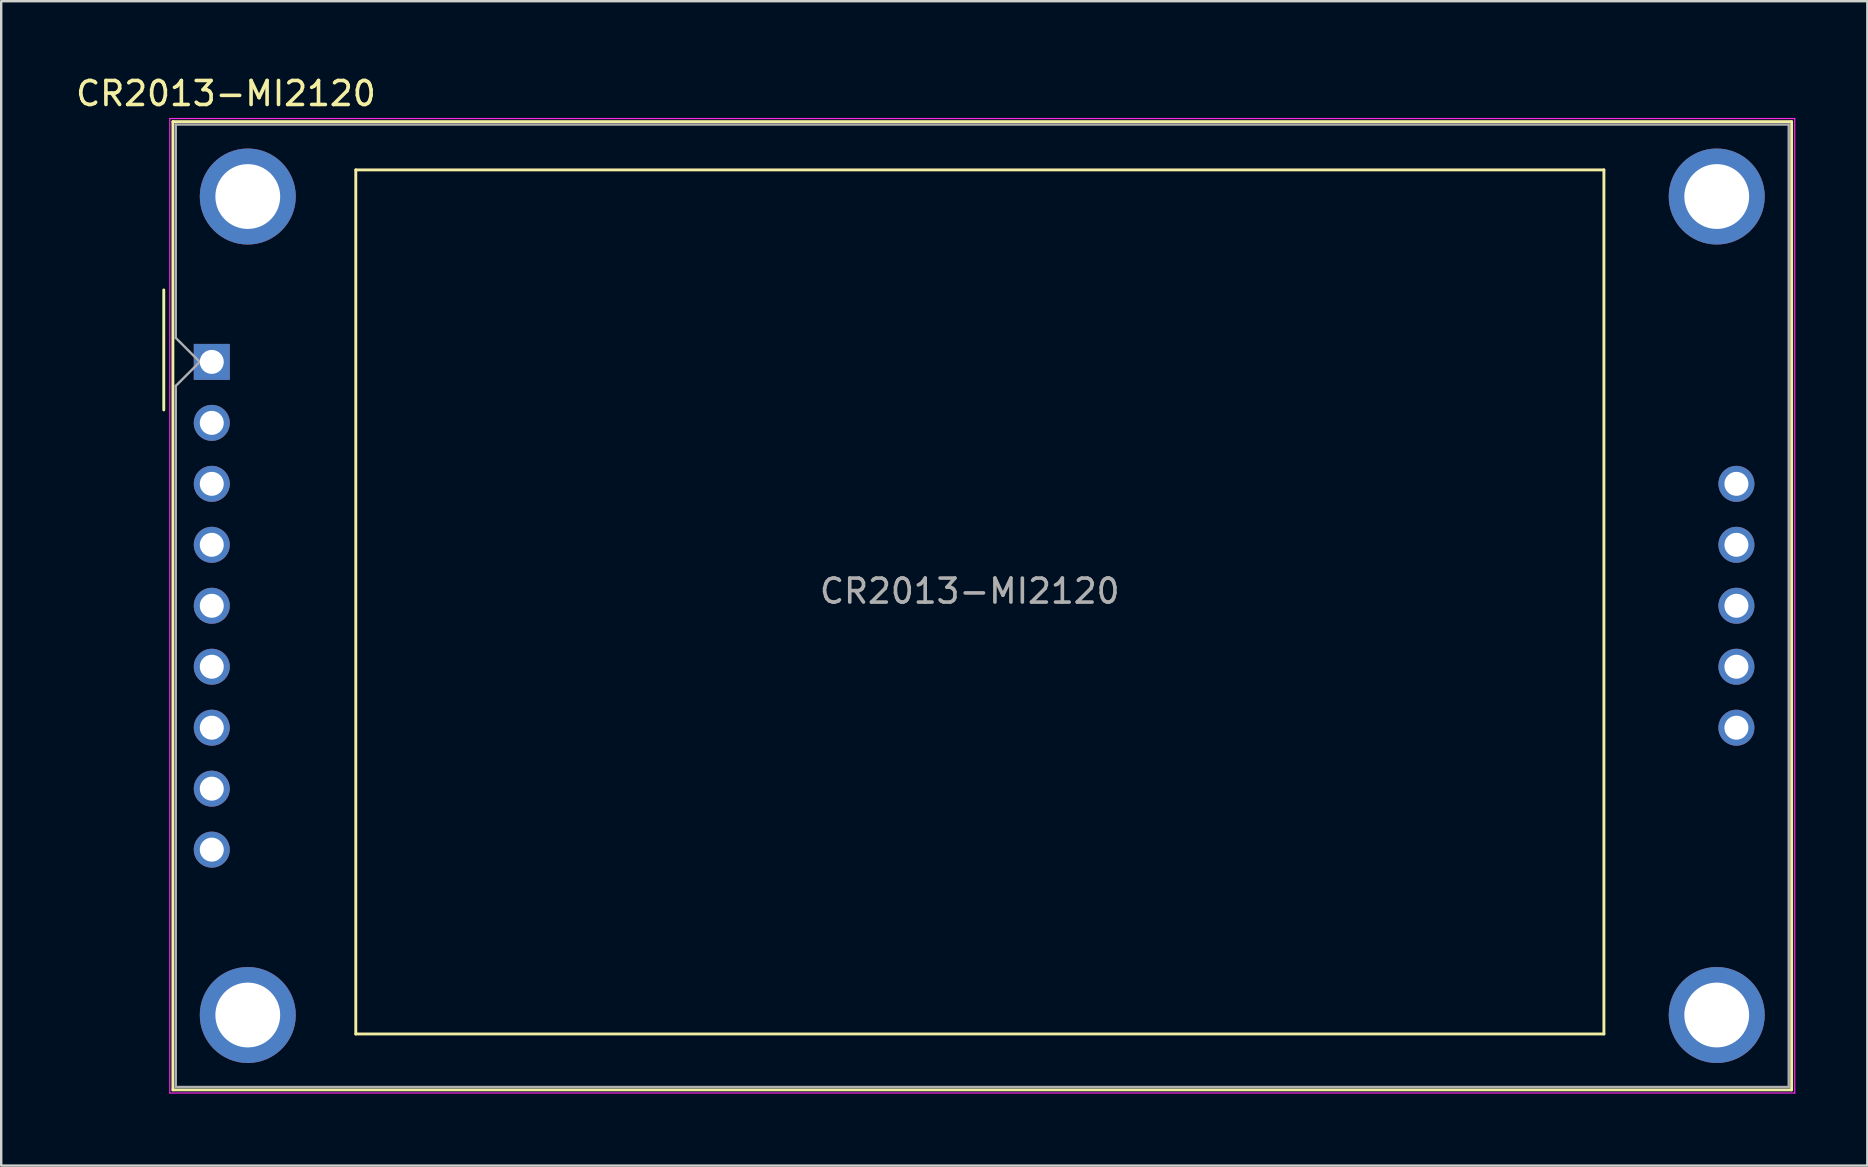
<source format=kicad_pcb>
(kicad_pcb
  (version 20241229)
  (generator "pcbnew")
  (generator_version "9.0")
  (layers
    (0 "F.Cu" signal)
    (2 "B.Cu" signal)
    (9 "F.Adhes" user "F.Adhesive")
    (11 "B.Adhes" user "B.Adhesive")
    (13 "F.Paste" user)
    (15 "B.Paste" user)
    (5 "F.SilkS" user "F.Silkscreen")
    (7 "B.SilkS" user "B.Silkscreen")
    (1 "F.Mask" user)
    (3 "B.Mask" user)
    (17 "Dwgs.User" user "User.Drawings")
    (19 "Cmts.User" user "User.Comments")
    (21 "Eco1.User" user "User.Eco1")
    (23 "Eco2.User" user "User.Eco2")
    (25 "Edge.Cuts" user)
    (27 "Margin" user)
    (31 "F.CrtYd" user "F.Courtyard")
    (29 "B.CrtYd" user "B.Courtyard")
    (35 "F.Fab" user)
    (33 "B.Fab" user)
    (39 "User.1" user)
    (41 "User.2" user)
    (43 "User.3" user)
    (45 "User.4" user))
  (footprint "CR2013-MI2120"
    (layer "F.Cu")
    (at 5.773 12.028)
    (property "Reference" "CR2013-MI2120" (at 0.59 -11.18 0) (layer "F.SilkS") (effects (font (size 1 1) (thickness 0.15))))
    (attr through_hole)
    (fp_line (start -2 -3) (end -2 2) (stroke (width 0.12) (type solid)) (layer "F.SilkS"))
    (fp_line (start -1.62 -10.01) (end 65.82 -10.01) (stroke (width 0.12) (type solid)) (layer "F.SilkS"))
    (fp_line (start -1.62 30.33) (end -1.62 -10.01) (stroke (width 0.12) (type solid)) (layer "F.SilkS"))
    (fp_line (start 6 -8) (end 58 -8) (stroke (width 0.12) (type solid)) (layer "F.SilkS"))
    (fp_line (start 6 28) (end 6 -8) (stroke (width 0.12) (type solid)) (layer "F.SilkS"))
    (fp_line (start 58 -8) (end 58 28) (stroke (width 0.12) (type solid)) (layer "F.SilkS"))
    (fp_line (start 58 28) (end 6 28) (stroke (width 0.12) (type solid)) (layer "F.SilkS"))
    (fp_line (start 65.82 -10.01) (end 65.82 30.33) (stroke (width 0.12) (type solid)) (layer "F.SilkS"))
    (fp_line (start 65.82 30.33) (end -1.62 30.33) (stroke (width 0.12) (type solid)) (layer "F.SilkS"))
    (fp_line (start -1.75 -10.14) (end 65.95 -10.14) (stroke (width 0.05) (type solid)) (layer "F.CrtYd"))
    (fp_line (start -1.75 30.46) (end -1.75 -10.14) (stroke (width 0.05) (type solid)) (layer "F.CrtYd"))
    (fp_line (start 65.95 -10.14) (end 65.95 30.46) (stroke (width 0.05) (type solid)) (layer "F.CrtYd"))
    (fp_line (start 65.95 30.46) (end -1.75 30.46) (stroke (width 0.05) (type solid)) (layer "F.CrtYd"))
    (fp_line (start -1.5 -9.89) (end 65.7 -9.89) (stroke (width 0.1) (type solid)) (layer "F.Fab"))
    (fp_line (start -1.5 -1) (end -1.5 -9.89) (stroke (width 0.1) (type solid)) (layer "F.Fab"))
    (fp_line (start -1.5 1) (end -0.5 0) (stroke (width 0.1) (type solid)) (layer "F.Fab"))
    (fp_line (start -1.5 30.21) (end -1.5 1) (stroke (width 0.1) (type solid)) (layer "F.Fab"))
    (fp_line (start -0.5 0) (end -1.5 -1) (stroke (width 0.1) (type solid)) (layer "F.Fab"))
    (fp_line (start 65.7 -9.89) (end 65.7 30.21) (stroke (width 0.1) (type solid)) (layer "F.Fab"))
    (fp_line (start 65.7 30.21) (end -1.5 30.21) (stroke (width 0.1) (type solid)) (layer "F.Fab"))
    (fp_text user "${REFERENCE}" (at 31.58 9.55 0) (layer "F.Fab") (effects (font (size 1 1) (thickness 0.15))))
    (pad "" thru_hole circle (at 1.5 -6.89 180) (size 4 4) (drill 2.7) (layers "*.Cu" "*.Mask"))
    (pad "" thru_hole circle (at 1.5 27.21 180) (size 4 4) (drill 2.7) (layers "*.Cu" "*.Mask"))
    (pad "" thru_hole circle (at 62.7 -6.89 180) (size 4 4) (drill 2.7) (layers "*.Cu" "*.Mask"))
    (pad "" thru_hole circle (at 62.7 27.21 180) (size 4 4) (drill 2.7) (layers "*.Cu" "*.Mask"))
    (pad "1" thru_hole rect (at 0 0 180) (size 1.5 1.5) (drill 1) (layers "*.Cu" "*.Mask"))
    (pad "2" thru_hole circle (at 0 2.54 180) (size 1.5 1.5) (drill 1) (layers "*.Cu" "*.Mask"))
    (pad "3" thru_hole circle (at 0 5.08 180) (size 1.5 1.5) (drill 1) (layers "*.Cu" "*.Mask"))
    (pad "4" thru_hole circle (at 0 7.62 180) (size 1.5 1.5) (drill 1) (layers "*.Cu" "*.Mask"))
    (pad "5" thru_hole circle (at 0 10.16 180) (size 1.5 1.5) (drill 1) (layers "*.Cu" "*.Mask"))
    (pad "6" thru_hole circle (at 0 12.7 180) (size 1.5 1.5) (drill 1) (layers "*.Cu" "*.Mask"))
    (pad "7" thru_hole circle (at 0 15.24 180) (size 1.5 1.5) (drill 1) (layers "*.Cu" "*.Mask"))
    (pad "8" thru_hole circle (at 0 17.78 180) (size 1.5 1.5) (drill 1) (layers "*.Cu" "*.Mask"))
    (pad "9" thru_hole circle (at 0 20.32 180) (size 1.5 1.5) (drill 1) (layers "*.Cu" "*.Mask"))
    (pad "10" thru_hole circle (at 63.52 5.08 180) (size 1.5 1.5) (drill 1) (layers "*.Cu" "*.Mask"))
    (pad "11" thru_hole circle (at 63.52 7.62 180) (size 1.5 1.5) (drill 1) (layers "*.Cu" "*.Mask"))
    (pad "12" thru_hole circle (at 63.52 10.16 180) (size 1.5 1.5) (drill 1) (layers "*.Cu" "*.Mask"))
    (pad "13" thru_hole circle (at 63.52 12.7 180) (size 1.5 1.5) (drill 1) (layers "*.Cu" "*.Mask"))
    (pad "14" thru_hole circle (at 63.52 15.24 180) (size 1.5 1.5) (drill 1) (layers "*.Cu" "*.Mask")))
  (gr_rect
    (start -3 -3)
    (end 74.748 45.513)
    (stroke (width 0.1) (type default))
    (fill no)
    (layer "Edge.Cuts")))
</source>
